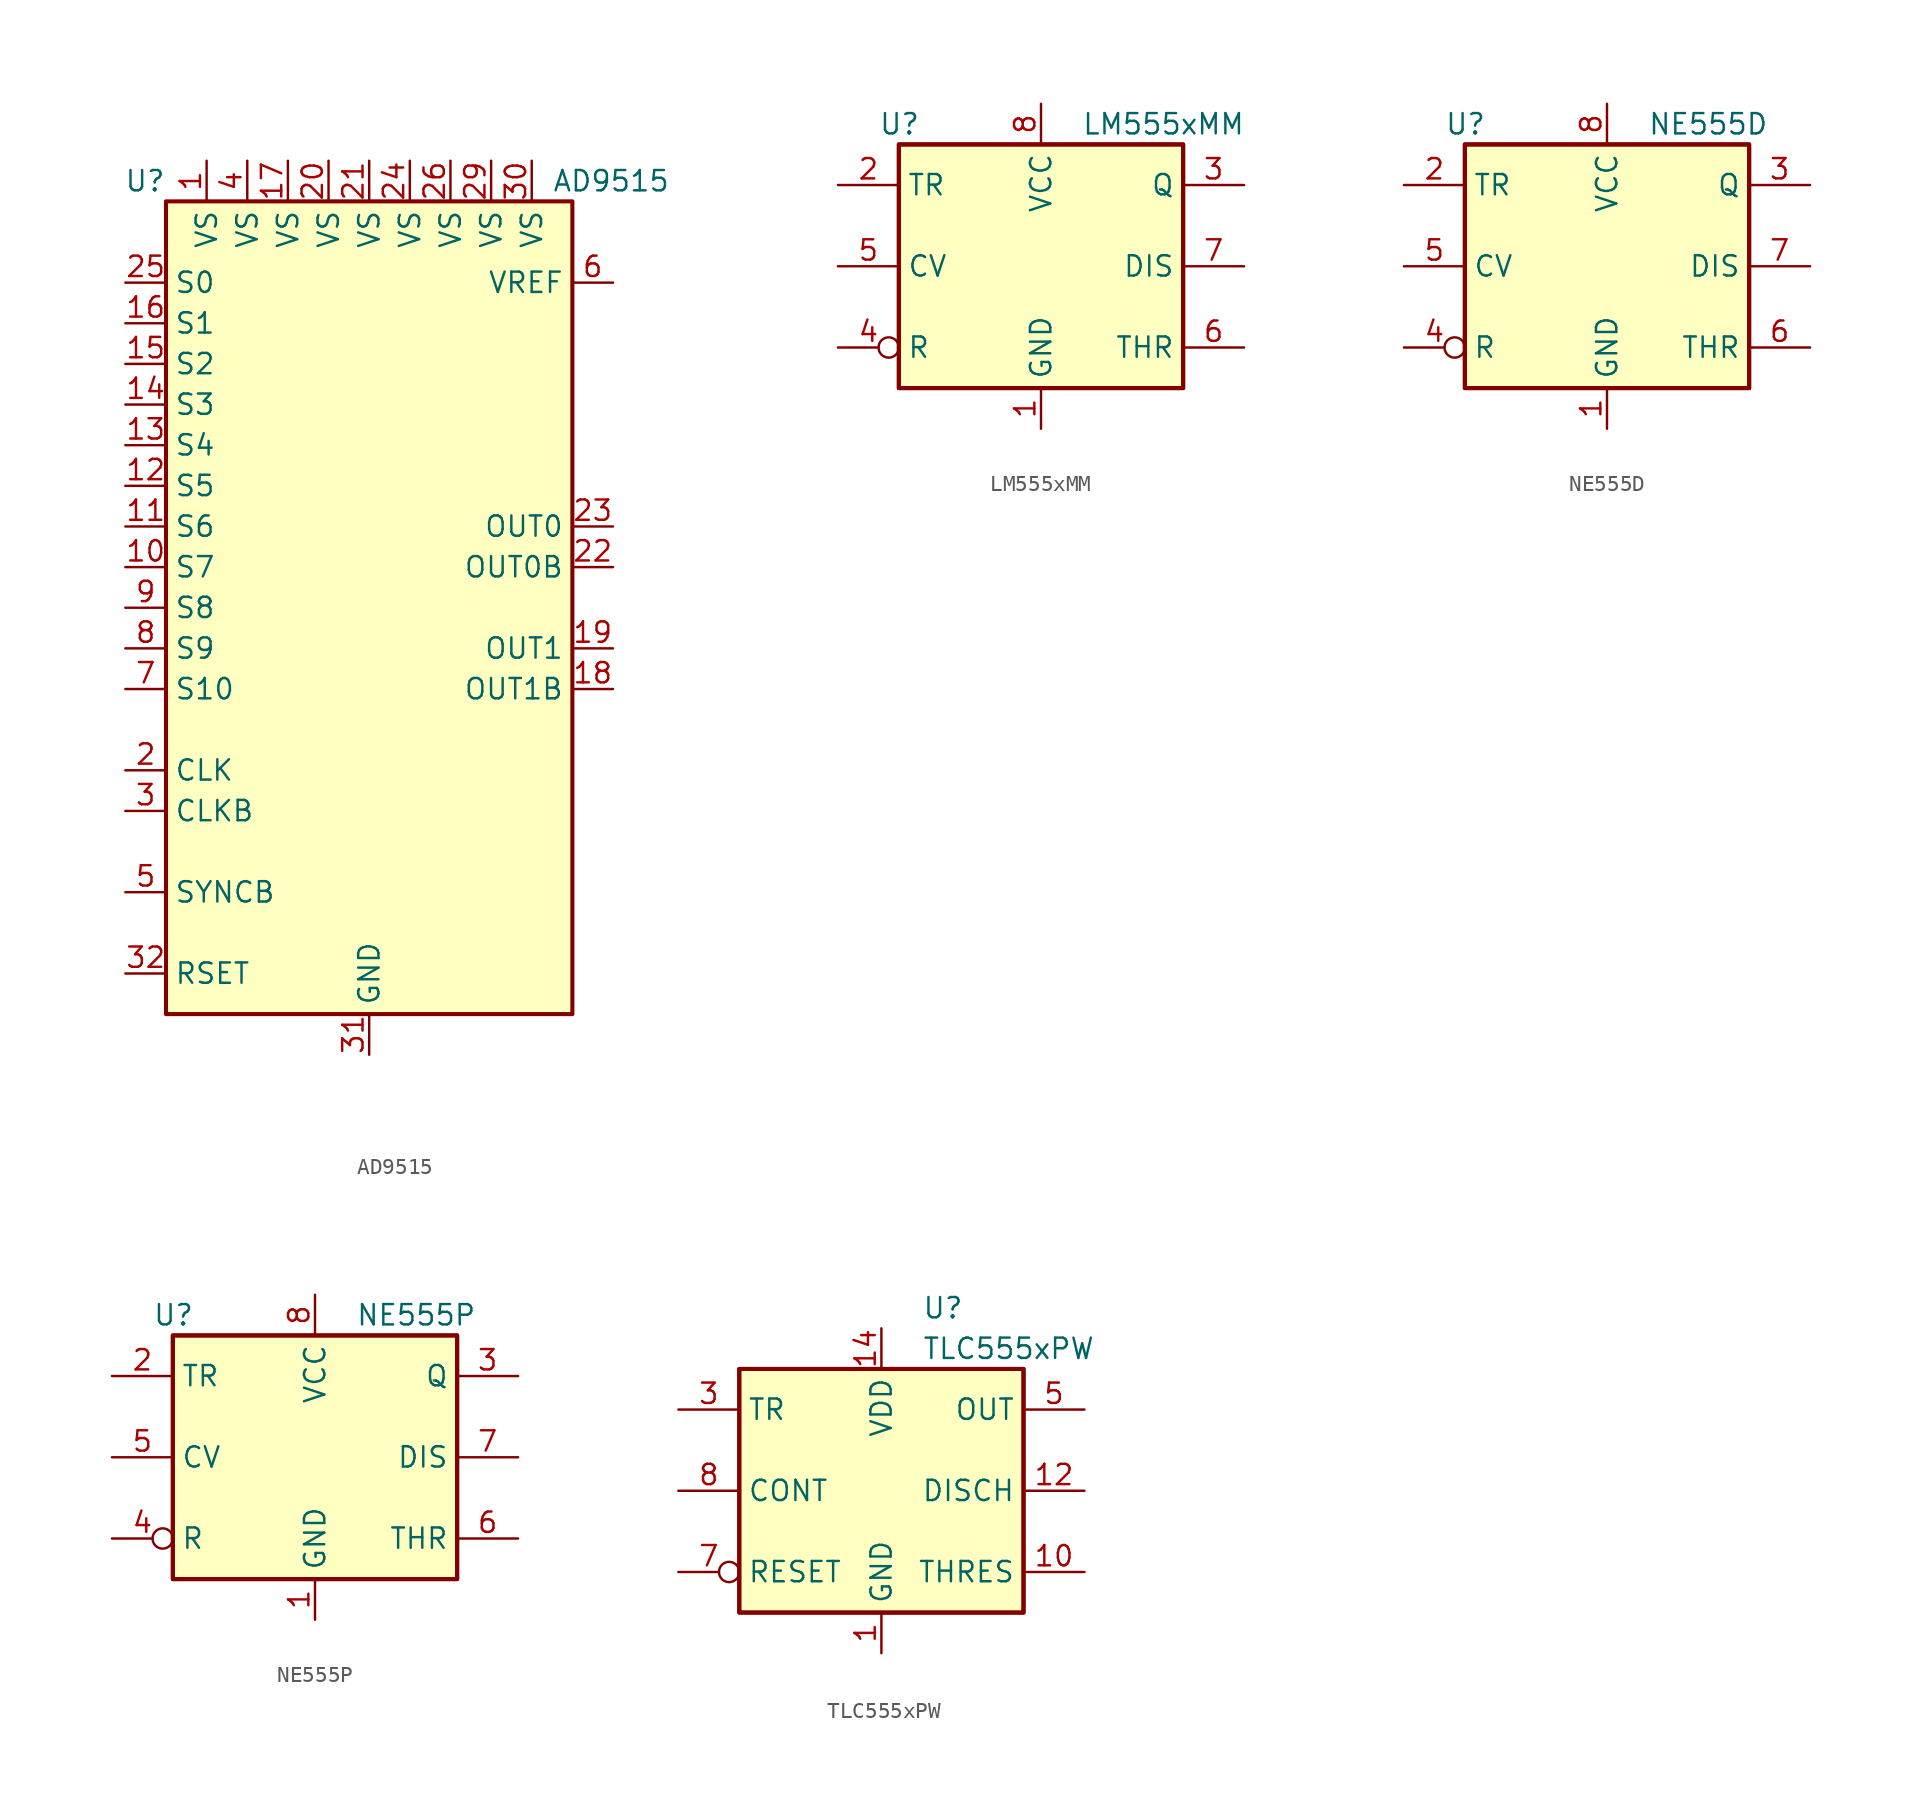
<source format=kicad_sym>
(kicad_symbol_lib
  (version 20201005)
  (generator kicad_symbol_editor)
  (symbol "AD9515"
    (property "Reference" "U"
      (at -12.7 26.67 0)
      (effects (font (size 1.27 1.27)) (justify right)))
    (property "Value" "AD9515"
      (at 11.43 26.67 0)
      (effects (font (size 1.27 1.27)) (justify left)))
    (symbol "AD9515_1_1"
      (rectangle (start -12.7 25.4) (end 12.7 -25.4) (stroke (width 0.254)) (fill (type background)))
      (pin power_in line (at -10.16 27.94 270) (length 2.54) (name "VS" (effects (font (size 1.27 1.27)))) (number "1" (effects (font (size 1.27 1.27)))))
      (pin input line (at -15.24 2.54 0) (length 2.54) (name "S7" (effects (font (size 1.27 1.27)))) (number "10" (effects (font (size 1.27 1.27)))))
      (pin input line (at -15.24 5.08 0) (length 2.54) (name "S6" (effects (font (size 1.27 1.27)))) (number "11" (effects (font (size 1.27 1.27)))))
      (pin input line (at -15.24 7.62 0) (length 2.54) (name "S5" (effects (font (size 1.27 1.27)))) (number "12" (effects (font (size 1.27 1.27)))))
      (pin input line (at -15.24 10.16 0) (length 2.54) (name "S4" (effects (font (size 1.27 1.27)))) (number "13" (effects (font (size 1.27 1.27)))))
      (pin input line (at -15.24 12.7 0) (length 2.54) (name "S3" (effects (font (size 1.27 1.27)))) (number "14" (effects (font (size 1.27 1.27)))))
      (pin input line (at -15.24 15.24 0) (length 2.54) (name "S2" (effects (font (size 1.27 1.27)))) (number "15" (effects (font (size 1.27 1.27)))))
      (pin input line (at -15.24 17.78 0) (length 2.54) (name "S1" (effects (font (size 1.27 1.27)))) (number "16" (effects (font (size 1.27 1.27)))))
      (pin power_in line (at -5.08 27.94 270) (length 2.54) (name "VS" (effects (font (size 1.27 1.27)))) (number "17" (effects (font (size 1.27 1.27)))))
      (pin output line (at 15.24 -5.08 180) (length 2.54) (name "OUT1B" (effects (font (size 1.27 1.27)))) (number "18" (effects (font (size 1.27 1.27)))))
      (pin output line (at 15.24 -2.54 180) (length 2.54) (name "OUT1" (effects (font (size 1.27 1.27)))) (number "19" (effects (font (size 1.27 1.27)))))
      (pin input line (at -15.24 -10.16 0) (length 2.54) (name "CLK" (effects (font (size 1.27 1.27)))) (number "2" (effects (font (size 1.27 1.27)))))
      (pin power_in line (at -2.54 27.94 270) (length 2.54) (name "VS" (effects (font (size 1.27 1.27)))) (number "20" (effects (font (size 1.27 1.27)))))
      (pin power_in line (at 0 27.94 270) (length 2.54) (name "VS" (effects (font (size 1.27 1.27)))) (number "21" (effects (font (size 1.27 1.27)))))
      (pin output line (at 15.24 2.54 180) (length 2.54) (name "OUT0B" (effects (font (size 1.27 1.27)))) (number "22" (effects (font (size 1.27 1.27)))))
      (pin output line (at 15.24 5.08 180) (length 2.54) (name "OUT0" (effects (font (size 1.27 1.27)))) (number "23" (effects (font (size 1.27 1.27)))))
      (pin power_in line (at 2.54 27.94 270) (length 2.54) (name "VS" (effects (font (size 1.27 1.27)))) (number "24" (effects (font (size 1.27 1.27)))))
      (pin input line (at -15.24 20.32 0) (length 2.54) (name "S0" (effects (font (size 1.27 1.27)))) (number "25" (effects (font (size 1.27 1.27)))))
      (pin power_in line (at 5.08 27.94 270) (length 2.54) (name "VS" (effects (font (size 1.27 1.27)))) (number "26" (effects (font (size 1.27 1.27)))))
      (pin no_connect line (at 12.7 10.16 180) (length 2.54) hide (name "NC" (effects (font (size 1.27 1.27)))) (number "27" (effects (font (size 1.27 1.27)))))
      (pin no_connect line (at 12.7 12.7 180) (length 2.54) hide (name "NC" (effects (font (size 1.27 1.27)))) (number "28" (effects (font (size 1.27 1.27)))))
      (pin power_in line (at 7.62 27.94 270) (length 2.54) (name "VS" (effects (font (size 1.27 1.27)))) (number "29" (effects (font (size 1.27 1.27)))))
      (pin input line (at -15.24 -12.7 0) (length 2.54) (name "CLKB" (effects (font (size 1.27 1.27)))) (number "3" (effects (font (size 1.27 1.27)))))
      (pin power_in line (at 10.16 27.94 270) (length 2.54) (name "VS" (effects (font (size 1.27 1.27)))) (number "30" (effects (font (size 1.27 1.27)))))
      (pin power_in line (at 0 -27.94 90) (length 2.54) (name "GND" (effects (font (size 1.27 1.27)))) (number "31" (effects (font (size 1.27 1.27)))))
      (pin passive line (at -15.24 -22.86 0) (length 2.54) (name "RSET" (effects (font (size 1.27 1.27)))) (number "32" (effects (font (size 1.27 1.27)))))
      (pin passive line (at 0 -27.94 90) (length 2.54) hide (name "GND" (effects (font (size 1.27 1.27)))) (number "33" (effects (font (size 1.27 1.27)))))
      (pin power_in line (at -7.62 27.94 270) (length 2.54) (name "VS" (effects (font (size 1.27 1.27)))) (number "4" (effects (font (size 1.27 1.27)))))
      (pin input line (at -15.24 -17.78 0) (length 2.54) (name "SYNCB" (effects (font (size 1.27 1.27)))) (number "5" (effects (font (size 1.27 1.27)))))
      (pin power_out line (at 15.24 20.32 180) (length 2.54) (name "VREF" (effects (font (size 1.27 1.27)))) (number "6" (effects (font (size 1.27 1.27)))))
      (pin input line (at -15.24 -5.08 0) (length 2.54) (name "S10" (effects (font (size 1.27 1.27)))) (number "7" (effects (font (size 1.27 1.27)))))
      (pin input line (at -15.24 -2.54 0) (length 2.54) (name "S9" (effects (font (size 1.27 1.27)))) (number "8" (effects (font (size 1.27 1.27)))))
      (pin input line (at -15.24 0 0) (length 2.54) (name "S8" (effects (font (size 1.27 1.27)))) (number "9" (effects (font (size 1.27 1.27)))))))
  (symbol "LM555xMM"
    (property "Reference" "U"
      (at -10.16 8.89 0)
      (effects (font (size 1.27 1.27)) (justify left)))
    (property "Value" "LM555xMM"
      (at 2.54 8.89 0)
      (effects (font (size 1.27 1.27)) (justify left)))
    (symbol "LM555xMM_0_0"
      (pin power_in line (at 0 -10.16 90) (length 2.54) (name "GND" (effects (font (size 1.27 1.27)))) (number "1" (effects (font (size 1.27 1.27)))))
      (pin power_in line (at 0 10.16 270) (length 2.54) (name "VCC" (effects (font (size 1.27 1.27)))) (number "8" (effects (font (size 1.27 1.27))))))
    (symbol "LM555xMM_0_1"
      (rectangle (start -8.89 -7.62) (end 8.89 7.62) (stroke (width 0.254)) (fill (type background)))
      (rectangle (start -8.89 -7.62) (end 8.89 7.62) (stroke (width 0.254)) (fill (type background))))
    (symbol "LM555xMM_1_1"
      (pin input line (at -12.7 5.08 0) (length 3.81) (name "TR" (effects (font (size 1.27 1.27)))) (number "2" (effects (font (size 1.27 1.27)))))
      (pin output line (at 12.7 5.08 180) (length 3.81) (name "Q" (effects (font (size 1.27 1.27)))) (number "3" (effects (font (size 1.27 1.27)))))
      (pin input inverted (at -12.7 -5.08 0) (length 3.81) (name "R" (effects (font (size 1.27 1.27)))) (number "4" (effects (font (size 1.27 1.27)))))
      (pin input line (at -12.7 0 0) (length 3.81) (name "CV" (effects (font (size 1.27 1.27)))) (number "5" (effects (font (size 1.27 1.27)))))
      (pin input line (at 12.7 -5.08 180) (length 3.81) (name "THR" (effects (font (size 1.27 1.27)))) (number "6" (effects (font (size 1.27 1.27)))))
      (pin input line (at 12.7 0 180) (length 3.81) (name "DIS" (effects (font (size 1.27 1.27)))) (number "7" (effects (font (size 1.27 1.27)))))))
  (symbol "NE555D"
    (property "Reference" "U"
      (at -10.16 8.89 0)
      (effects (font (size 1.27 1.27)) (justify left)))
    (property "Value" "NE555D"
      (at 2.54 8.89 0)
      (effects (font (size 1.27 1.27)) (justify left)))
    (symbol "NE555D_0_0"
      (pin power_in line (at 0 -10.16 90) (length 2.54) (name "GND" (effects (font (size 1.27 1.27)))) (number "1" (effects (font (size 1.27 1.27)))))
      (pin power_in line (at 0 10.16 270) (length 2.54) (name "VCC" (effects (font (size 1.27 1.27)))) (number "8" (effects (font (size 1.27 1.27))))))
    (symbol "NE555D_0_1"
      (rectangle (start -8.89 -7.62) (end 8.89 7.62) (stroke (width 0.254)) (fill (type background)))
      (rectangle (start -8.89 -7.62) (end 8.89 7.62) (stroke (width 0.254)) (fill (type background))))
    (symbol "NE555D_1_1"
      (pin input line (at -12.7 5.08 0) (length 3.81) (name "TR" (effects (font (size 1.27 1.27)))) (number "2" (effects (font (size 1.27 1.27)))))
      (pin output line (at 12.7 5.08 180) (length 3.81) (name "Q" (effects (font (size 1.27 1.27)))) (number "3" (effects (font (size 1.27 1.27)))))
      (pin input inverted (at -12.7 -5.08 0) (length 3.81) (name "R" (effects (font (size 1.27 1.27)))) (number "4" (effects (font (size 1.27 1.27)))))
      (pin input line (at -12.7 0 0) (length 3.81) (name "CV" (effects (font (size 1.27 1.27)))) (number "5" (effects (font (size 1.27 1.27)))))
      (pin input line (at 12.7 -5.08 180) (length 3.81) (name "THR" (effects (font (size 1.27 1.27)))) (number "6" (effects (font (size 1.27 1.27)))))
      (pin input line (at 12.7 0 180) (length 3.81) (name "DIS" (effects (font (size 1.27 1.27)))) (number "7" (effects (font (size 1.27 1.27)))))))
  (symbol "NE555P"
    (property "Reference" "U"
      (at -10.16 8.89 0)
      (effects (font (size 1.27 1.27)) (justify left)))
    (property "Value" "NE555P"
      (at 2.54 8.89 0)
      (effects (font (size 1.27 1.27)) (justify left)))
    (symbol "NE555P_0_0"
      (pin power_in line (at 0 -10.16 90) (length 2.54) (name "GND" (effects (font (size 1.27 1.27)))) (number "1" (effects (font (size 1.27 1.27)))))
      (pin power_in line (at 0 10.16 270) (length 2.54) (name "VCC" (effects (font (size 1.27 1.27)))) (number "8" (effects (font (size 1.27 1.27))))))
    (symbol "NE555P_0_1"
      (rectangle (start -8.89 -7.62) (end 8.89 7.62) (stroke (width 0.254)) (fill (type background)))
      (rectangle (start -8.89 -7.62) (end 8.89 7.62) (stroke (width 0.254)) (fill (type background))))
    (symbol "NE555P_1_1"
      (pin input line (at -12.7 5.08 0) (length 3.81) (name "TR" (effects (font (size 1.27 1.27)))) (number "2" (effects (font (size 1.27 1.27)))))
      (pin output line (at 12.7 5.08 180) (length 3.81) (name "Q" (effects (font (size 1.27 1.27)))) (number "3" (effects (font (size 1.27 1.27)))))
      (pin input inverted (at -12.7 -5.08 0) (length 3.81) (name "R" (effects (font (size 1.27 1.27)))) (number "4" (effects (font (size 1.27 1.27)))))
      (pin input line (at -12.7 0 0) (length 3.81) (name "CV" (effects (font (size 1.27 1.27)))) (number "5" (effects (font (size 1.27 1.27)))))
      (pin input line (at 12.7 -5.08 180) (length 3.81) (name "THR" (effects (font (size 1.27 1.27)))) (number "6" (effects (font (size 1.27 1.27)))))
      (pin input line (at 12.7 0 180) (length 3.81) (name "DIS" (effects (font (size 1.27 1.27)))) (number "7" (effects (font (size 1.27 1.27)))))))
  (symbol "TLC555xPW"
    (property "Reference" "U"
      (at 2.54 11.43 0)
      (effects (font (size 1.27 1.27)) (justify left)))
    (property "Value" "TLC555xPW"
      (at 2.54 8.89 0)
      (effects (font (size 1.27 1.27)) (justify left)))
    (symbol "TLC555xPW_0_0"
      (pin power_in line (at 0 -10.16 90) (length 2.54) (name "GND" (effects (font (size 1.27 1.27)))) (number "1" (effects (font (size 1.27 1.27)))))
      (pin power_in line (at 0 10.16 270) (length 2.54) (name "VDD" (effects (font (size 1.27 1.27)))) (number "14" (effects (font (size 1.27 1.27))))))
    (symbol "TLC555xPW_0_1"
      (rectangle (start -8.89 -7.62) (end 8.89 7.62) (stroke (width 0.254)) (fill (type background)))
      (rectangle (start -8.89 -7.62) (end 8.89 7.62) (stroke (width 0.254)) (fill (type background))))
    (symbol "TLC555xPW_1_1"
      (pin input line (at 12.7 -5.08 180) (length 3.81) (name "THRES" (effects (font (size 1.27 1.27)))) (number "10" (effects (font (size 1.27 1.27)))))
      (pin no_connect line (at 0 0 270) (length 2.54) hide (name "NC" (effects (font (size 1.27 1.27)))) (number "11" (effects (font (size 1.27 1.27)))))
      (pin input line (at 12.7 0 180) (length 3.81) (name "DISCH" (effects (font (size 1.27 1.27)))) (number "12" (effects (font (size 1.27 1.27)))))
      (pin no_connect line (at 2.54 0 270) (length 2.54) hide (name "NC" (effects (font (size 1.27 1.27)))) (number "13" (effects (font (size 1.27 1.27)))))
      (pin no_connect line (at -2.54 5.08 270) (length 2.54) hide (name "NC" (effects (font (size 1.27 1.27)))) (number "2" (effects (font (size 1.27 1.27)))))
      (pin input line (at -12.7 5.08 0) (length 3.81) (name "TR" (effects (font (size 1.27 1.27)))) (number "3" (effects (font (size 1.27 1.27)))))
      (pin no_connect line (at 0 5.08 270) (length 2.54) hide (name "NC" (effects (font (size 1.27 1.27)))) (number "4" (effects (font (size 1.27 1.27)))))
      (pin output line (at 12.7 5.08 180) (length 3.81) (name "OUT" (effects (font (size 1.27 1.27)))) (number "5" (effects (font (size 1.27 1.27)))))
      (pin no_connect line (at 2.54 5.08 270) (length 2.54) hide (name "NC" (effects (font (size 1.27 1.27)))) (number "6" (effects (font (size 1.27 1.27)))))
      (pin input inverted (at -12.7 -5.08 0) (length 3.81) (name "RESET" (effects (font (size 1.27 1.27)))) (number "7" (effects (font (size 1.27 1.27)))))
      (pin input line (at -12.7 0 0) (length 3.81) (name "CONT" (effects (font (size 1.27 1.27)))) (number "8" (effects (font (size 1.27 1.27)))))
      (pin no_connect line (at -2.54 0 270) (length 2.54) hide (name "NC" (effects (font (size 1.27 1.27)))) (number "9" (effects (font (size 1.27 1.27))))))))
</source>
